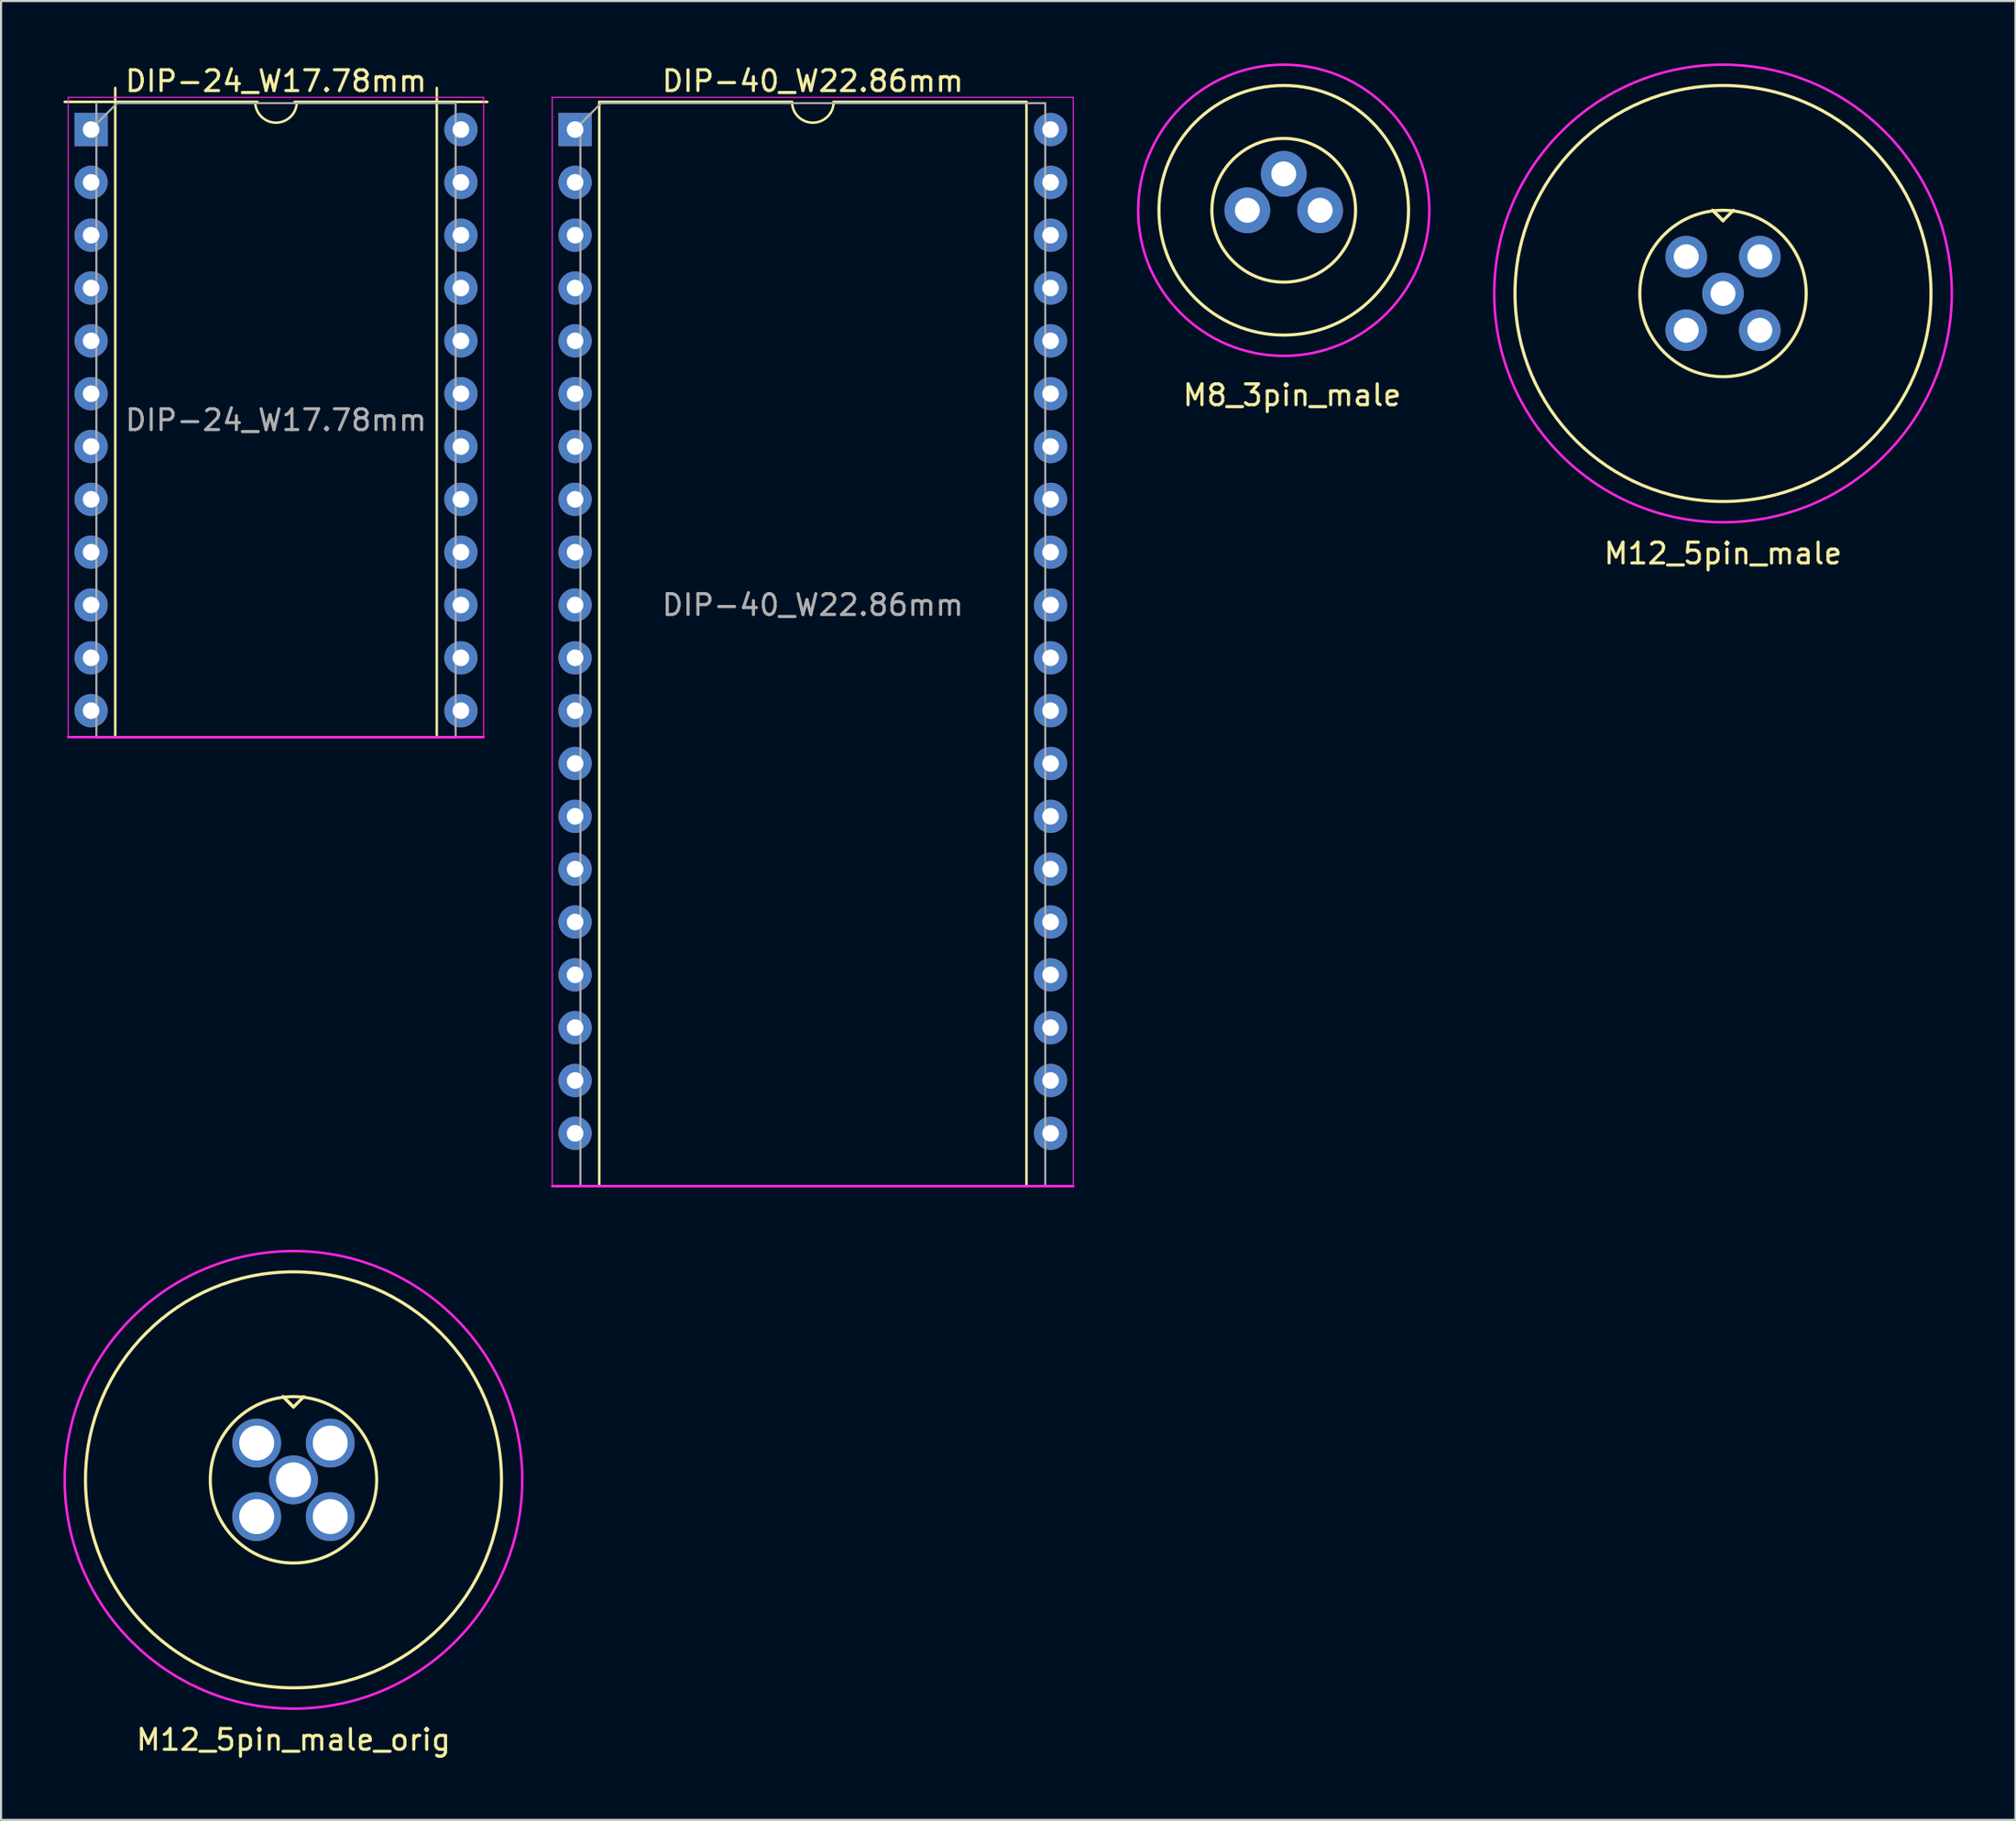
<source format=kicad_pcb>
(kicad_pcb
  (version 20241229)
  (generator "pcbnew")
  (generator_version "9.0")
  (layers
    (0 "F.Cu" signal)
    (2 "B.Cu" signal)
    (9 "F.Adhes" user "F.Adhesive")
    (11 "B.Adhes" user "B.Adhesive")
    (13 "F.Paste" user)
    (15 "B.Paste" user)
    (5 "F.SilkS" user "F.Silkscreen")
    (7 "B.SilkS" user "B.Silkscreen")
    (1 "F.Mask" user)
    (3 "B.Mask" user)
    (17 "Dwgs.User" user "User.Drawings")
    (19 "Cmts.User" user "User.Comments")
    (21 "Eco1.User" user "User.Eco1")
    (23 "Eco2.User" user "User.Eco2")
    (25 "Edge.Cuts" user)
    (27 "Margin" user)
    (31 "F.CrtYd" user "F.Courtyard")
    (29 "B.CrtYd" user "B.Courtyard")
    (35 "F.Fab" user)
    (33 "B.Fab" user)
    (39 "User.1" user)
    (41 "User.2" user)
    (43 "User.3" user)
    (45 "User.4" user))
  (footprint "M12_5pin_male"
    (layer "F.Cu")
    (at 79.79 11.06)
    (property "Reference" "M12_5pin_male" (at 0 12.5 0) (layer "F.SilkS") (effects (font (size 1 1) (thickness 0.15))))
    (attr through_hole)
    (fp_line (start -0.5 -4) (end 0 -3.5) (stroke (width 0.15) (type solid)) (layer "F.SilkS"))
    (fp_line (start 0 -3.5) (end -0.5 -4) (stroke (width 0.15) (type solid)) (layer "F.SilkS"))
    (fp_line (start 0 -3.5) (end 0.5 -4) (stroke (width 0.15) (type solid)) (layer "F.SilkS"))
    (fp_circle (center 0 0) (end 4 0) (stroke (width 0.15) (type solid)) (fill no) (layer "F.SilkS"))
    (fp_circle (center 0 0) (end 10 0) (stroke (width 0.15) (type solid)) (fill no) (layer "F.SilkS"))
    (fp_circle (center 0 0) (end 11 0) (stroke (width 0.12) (type solid)) (fill no) (layer "F.CrtYd"))
    (pad "1" thru_hole circle (at 1.768 -1.768 180) (size 2 2) (drill 1.2) (layers "*.Cu" "*.Mask"))
    (pad "2" thru_hole circle (at -1.768 -1.768) (size 2 2) (drill 1.2) (layers "*.Cu" "*.Mask"))
    (pad "3" thru_hole circle (at -1.768 1.768) (size 2 2) (drill 1.2) (layers "*.Cu" "*.Mask"))
    (pad "4" thru_hole circle (at 1.768 1.768) (size 2 2) (drill 1.2) (layers "*.Cu" "*.Mask"))
    (pad "5" thru_hole circle (at 0 0) (size 2 2) (drill 1.2) (layers "*.Cu" "*.Mask")))
  (footprint "DIP-40_W22.86mm"
    (layer "F.Cu")
    (at 24.6 3.178)
    (property "Reference" "DIP-40_W22.86mm" (at 11.43 -2.33 0) (layer "F.SilkS") (effects (font (size 1 1) (thickness 0.15))))
    (attr through_hole)
    (fp_line (start 1.16 -1.33) (end 1.16 50.8) (stroke (width 0.12) (type solid)) (layer "F.SilkS"))
    (fp_line (start 10.43 -1.33) (end 1.16 -1.33) (stroke (width 0.12) (type solid)) (layer "F.SilkS"))
    (fp_line (start 21.7 -1.33) (end 12.43 -1.33) (stroke (width 0.12) (type solid)) (layer "F.SilkS"))
    (fp_line (start 21.7 50.8) (end 21.7 -1.33) (stroke (width 0.12) (type solid)) (layer "F.SilkS"))
    (fp_arc (start 12.43 -1.33) (mid 11.43 -0.33) (end 10.43 -1.33) (stroke (width 0.12) (type solid)) (layer "F.SilkS"))
    (fp_line (start -1.1 -1.55) (end -1.1 50.8) (stroke (width 0.05) (type solid)) (layer "F.CrtYd"))
    (fp_line (start -1.1 50.8) (end 23.95 50.8) (stroke (width 0.12) (type solid)) (layer "F.CrtYd"))
    (fp_line (start 23.95 -1.55) (end -1.1 -1.55) (stroke (width 0.05) (type solid)) (layer "F.CrtYd"))
    (fp_line (start 23.95 50.8) (end 23.95 -1.55) (stroke (width 0.05) (type solid)) (layer "F.CrtYd"))
    (fp_line (start 0.255 -0.27) (end 1.255 -1.27) (stroke (width 0.1) (type solid)) (layer "F.Fab"))
    (fp_line (start 0.255 50.8) (end 0.255 -0.27) (stroke (width 0.1) (type solid)) (layer "F.Fab"))
    (fp_line (start 1.255 -1.27) (end 22.605 -1.27) (stroke (width 0.1) (type solid)) (layer "F.Fab"))
    (fp_line (start 1.27 50.8) (end 21.59 50.8) (stroke (width 0.12) (type solid)) (layer "F.Fab"))
    (fp_line (start 22.605 -1.27) (end 22.605 50.8) (stroke (width 0.1) (type solid)) (layer "F.Fab"))
    (fp_line (start 22.86 50.8) (end 0.255 50.8) (stroke (width 0.12) (type solid)) (layer "F.Fab"))
    (fp_text user "${REFERENCE}" (at 11.43 22.86 0) (layer "F.Fab") (effects (font (size 1 1) (thickness 0.15))))
    (pad "1" thru_hole rect (at 0 0) (size 1.6 1.6) (drill 0.8) (layers "*.Cu" "*.Mask"))
    (pad "2" thru_hole oval (at 0 2.54) (size 1.6 1.6) (drill 0.8) (layers "*.Cu" "*.Mask"))
    (pad "3" thru_hole oval (at 0 5.08) (size 1.6 1.6) (drill 0.8) (layers "*.Cu" "*.Mask"))
    (pad "4" thru_hole oval (at 0 7.62) (size 1.6 1.6) (drill 0.8) (layers "*.Cu" "*.Mask"))
    (pad "5" thru_hole oval (at 0 10.16) (size 1.6 1.6) (drill 0.8) (layers "*.Cu" "*.Mask"))
    (pad "6" thru_hole oval (at 0 12.7) (size 1.6 1.6) (drill 0.8) (layers "*.Cu" "*.Mask"))
    (pad "7" thru_hole oval (at 0 15.24) (size 1.6 1.6) (drill 0.8) (layers "*.Cu" "*.Mask"))
    (pad "8" thru_hole oval (at 0 17.78) (size 1.6 1.6) (drill 0.8) (layers "*.Cu" "*.Mask"))
    (pad "9" thru_hole oval (at 0 20.32) (size 1.6 1.6) (drill 0.8) (layers "*.Cu" "*.Mask"))
    (pad "10" thru_hole oval (at 0 22.86) (size 1.6 1.6) (drill 0.8) (layers "*.Cu" "*.Mask"))
    (pad "11" thru_hole oval (at 0 25.4) (size 1.6 1.6) (drill 0.8) (layers "*.Cu" "*.Mask"))
    (pad "12" thru_hole oval (at 0 27.94) (size 1.6 1.6) (drill 0.8) (layers "*.Cu" "*.Mask"))
    (pad "13" thru_hole oval (at 0 30.48) (size 1.6 1.6) (drill 0.8) (layers "*.Cu" "*.Mask"))
    (pad "14" thru_hole oval (at 0 33.02) (size 1.6 1.6) (drill 0.8) (layers "*.Cu" "*.Mask"))
    (pad "15" thru_hole oval (at 0 35.56) (size 1.6 1.6) (drill 0.8) (layers "*.Cu" "*.Mask"))
    (pad "16" thru_hole oval (at 0 38.1) (size 1.6 1.6) (drill 0.8) (layers "*.Cu" "*.Mask"))
    (pad "17" thru_hole oval (at 0 40.64) (size 1.6 1.6) (drill 0.8) (layers "*.Cu" "*.Mask"))
    (pad "18" thru_hole oval (at 0 43.18) (size 1.6 1.6) (drill 0.8) (layers "*.Cu" "*.Mask"))
    (pad "19" thru_hole oval (at 0 45.72) (size 1.6 1.6) (drill 0.8) (layers "*.Cu" "*.Mask"))
    (pad "20" thru_hole oval (at 0 48.26) (size 1.6 1.6) (drill 0.8) (layers "*.Cu" "*.Mask"))
    (pad "21" thru_hole oval (at 22.86 48.26) (size 1.6 1.6) (drill 0.8) (layers "*.Cu" "*.Mask"))
    (pad "22" thru_hole oval (at 22.86 45.72) (size 1.6 1.6) (drill 0.8) (layers "*.Cu" "*.Mask"))
    (pad "23" thru_hole oval (at 22.86 43.18) (size 1.6 1.6) (drill 0.8) (layers "*.Cu" "*.Mask"))
    (pad "24" thru_hole oval (at 22.86 40.64) (size 1.6 1.6) (drill 0.8) (layers "*.Cu" "*.Mask"))
    (pad "25" thru_hole oval (at 22.86 38.1) (size 1.6 1.6) (drill 0.8) (layers "*.Cu" "*.Mask"))
    (pad "26" thru_hole oval (at 22.86 35.56) (size 1.6 1.6) (drill 0.8) (layers "*.Cu" "*.Mask"))
    (pad "27" thru_hole oval (at 22.86 33.02) (size 1.6 1.6) (drill 0.8) (layers "*.Cu" "*.Mask"))
    (pad "28" thru_hole oval (at 22.86 30.48) (size 1.6 1.6) (drill 0.8) (layers "*.Cu" "*.Mask"))
    (pad "29" thru_hole oval (at 22.86 27.94) (size 1.6 1.6) (drill 0.8) (layers "*.Cu" "*.Mask"))
    (pad "30" thru_hole oval (at 22.86 25.4) (size 1.6 1.6) (drill 0.8) (layers "*.Cu" "*.Mask"))
    (pad "31" thru_hole oval (at 22.86 22.86) (size 1.6 1.6) (drill 0.8) (layers "*.Cu" "*.Mask"))
    (pad "32" thru_hole oval (at 22.86 20.32) (size 1.6 1.6) (drill 0.8) (layers "*.Cu" "*.Mask"))
    (pad "33" thru_hole oval (at 22.86 17.78) (size 1.6 1.6) (drill 0.8) (layers "*.Cu" "*.Mask"))
    (pad "34" thru_hole oval (at 22.86 15.24) (size 1.6 1.6) (drill 0.8) (layers "*.Cu" "*.Mask"))
    (pad "35" thru_hole oval (at 22.86 12.7) (size 1.6 1.6) (drill 0.8) (layers "*.Cu" "*.Mask"))
    (pad "36" thru_hole oval (at 22.86 10.16) (size 1.6 1.6) (drill 0.8) (layers "*.Cu" "*.Mask"))
    (pad "37" thru_hole oval (at 22.86 7.62) (size 1.6 1.6) (drill 0.8) (layers "*.Cu" "*.Mask"))
    (pad "38" thru_hole oval (at 22.86 5.08) (size 1.6 1.6) (drill 0.8) (layers "*.Cu" "*.Mask"))
    (pad "39" thru_hole oval (at 22.86 2.54) (size 1.6 1.6) (drill 0.8) (layers "*.Cu" "*.Mask"))
    (pad "40" thru_hole oval (at 22.86 0) (size 1.6 1.6) (drill 0.8) (layers "*.Cu" "*.Mask")))
  (footprint "M8_3pin_male"
    (layer "F.Cu")
    (at 58.67 5.31)
    (property "Reference" "M8_3pin_male" (at 0.4 10.64 0) (layer "F.SilkS") (effects (font (size 1 1) (thickness 0.15))))
    (attr through_hole)
    (fp_circle (center 0 1.75) (end 3.454 1.75) (stroke (width 0.15) (type solid)) (fill no) (layer "F.SilkS"))
    (fp_circle (center 0 1.75) (end 6 1.75) (stroke (width 0.15) (type solid)) (fill no) (layer "F.SilkS"))
    (fp_circle (center 0 1.75) (end 7 1.75) (stroke (width 0.12) (type solid)) (fill no) (layer "F.CrtYd"))
    (pad "1" thru_hole circle (at -1.75 1.75 180) (size 2.2 2.2) (drill 1.2) (layers "*.Cu" "*.Mask"))
    (pad "3" thru_hole circle (at 1.75 1.75 180) (size 2.2 2.2) (drill 1.2) (layers "*.Cu" "*.Mask"))
    (pad "4" thru_hole circle (at 0 0 180) (size 2.2 2.2) (drill 1.2) (layers "*.Cu" "*.Mask")))
  (footprint "M12_5pin_male_orig"
    (layer "F.Cu")
    (at 11.06 68.098)
    (property "Reference" "M12_5pin_male_orig" (at 0 12.5 0) (layer "F.SilkS") (effects (font (size 1 1) (thickness 0.15))))
    (attr through_hole)
    (fp_line (start -0.5 -4) (end 0 -3.5) (stroke (width 0.15) (type solid)) (layer "F.SilkS"))
    (fp_line (start 0 -3.5) (end -0.5 -4) (stroke (width 0.15) (type solid)) (layer "F.SilkS"))
    (fp_line (start 0 -3.5) (end 0.5 -4) (stroke (width 0.15) (type solid)) (layer "F.SilkS"))
    (fp_circle (center 0 0) (end 4 0) (stroke (width 0.15) (type solid)) (fill no) (layer "F.SilkS"))
    (fp_circle (center 0 0) (end 10 0) (stroke (width 0.15) (type solid)) (fill no) (layer "F.SilkS"))
    (fp_circle (center 0 0) (end 11 0) (stroke (width 0.12) (type solid)) (fill no) (layer "F.CrtYd"))
    (pad "1" thru_hole circle (at 1.768 -1.768 180) (size 2.348 2.348) (drill 1.68) (layers "*.Cu" "*.Mask"))
    (pad "2" thru_hole circle (at -1.768 -1.768) (size 2.348 2.348) (drill 1.68) (layers "*.Cu" "*.Mask"))
    (pad "3" thru_hole circle (at -1.768 1.768) (size 2.348 2.348) (drill 1.68) (layers "*.Cu" "*.Mask"))
    (pad "4" thru_hole circle (at 1.768 1.768) (size 2.348 2.348) (drill 1.68) (layers "*.Cu" "*.Mask"))
    (pad "5" thru_hole circle (at 0 0) (size 2.348 2.348) (drill 1.68) (layers "*.Cu" "*.Mask")))
  (footprint "DIP-24_W17.78mm"
    (layer "F.Cu")
    (at 1.33 3.178)
    (property "Reference" "DIP-24_W17.78mm" (at 8.89 -2.33 0) (layer "F.SilkS") (effects (font (size 1 1) (thickness 0.15))))
    (attr through_hole)
    (fp_line (start 1.16 -2) (end 1.16 29.21) (stroke (width 0.12) (type solid)) (layer "F.SilkS"))
    (fp_line (start 1.27 29.21) (end 16.51 29.21) (stroke (width 0.12) (type solid)) (layer "F.SilkS"))
    (fp_line (start 8 -1.33) (end -1.27 -1.33) (stroke (width 0.12) (type solid)) (layer "F.SilkS"))
    (fp_line (start 16.62 29.21) (end 16.62 -2) (stroke (width 0.12) (type solid)) (layer "F.SilkS"))
    (fp_line (start 19.05 -1.33) (end 9.78 -1.33) (stroke (width 0.12) (type solid)) (layer "F.SilkS"))
    (fp_arc (start 9.89 -1.33) (mid 8.89 -0.33) (end 7.89 -1.33) (stroke (width 0.12) (type solid)) (layer "F.SilkS"))
    (fp_line (start -1.1 -1.55) (end -1.1 29.21) (stroke (width 0.05) (type solid)) (layer "F.CrtYd"))
    (fp_line (start -1.1 29.21) (end 18.87 29.21) (stroke (width 0.12) (type solid)) (layer "F.CrtYd"))
    (fp_line (start 18.87 -1.55) (end -1.1 -1.55) (stroke (width 0.05) (type solid)) (layer "F.CrtYd"))
    (fp_line (start 18.87 29.21) (end 18.87 -1.55) (stroke (width 0.05) (type solid)) (layer "F.CrtYd"))
    (fp_line (start 0.255 -0.27) (end 1.255 -1.27) (stroke (width 0.1) (type solid)) (layer "F.Fab"))
    (fp_line (start 0.255 29.21) (end 0.255 -1.27) (stroke (width 0.1) (type solid)) (layer "F.Fab"))
    (fp_line (start 1.255 -1.27) (end 17.525 -1.27) (stroke (width 0.1) (type solid)) (layer "F.Fab"))
    (fp_line (start 17.525 -1.27) (end 17.525 29.21) (stroke (width 0.1) (type solid)) (layer "F.Fab"))
    (fp_line (start 17.525 29.21) (end 0.255 29.21) (stroke (width 0.12) (type solid)) (layer "F.Fab"))
    (fp_text user "${REFERENCE}" (at 8.89 13.97 0) (layer "F.Fab") (effects (font (size 1 1) (thickness 0.15))))
    (pad "1" thru_hole rect (at 0 0) (size 1.6 1.6) (drill 0.8) (layers "*.Cu" "*.Mask"))
    (pad "2" thru_hole oval (at 0 2.54) (size 1.6 1.6) (drill 0.8) (layers "*.Cu" "*.Mask"))
    (pad "3" thru_hole oval (at 0 5.08) (size 1.6 1.6) (drill 0.8) (layers "*.Cu" "*.Mask"))
    (pad "4" thru_hole oval (at 0 7.62) (size 1.6 1.6) (drill 0.8) (layers "*.Cu" "*.Mask"))
    (pad "5" thru_hole oval (at 0 10.16) (size 1.6 1.6) (drill 0.8) (layers "*.Cu" "*.Mask"))
    (pad "6" thru_hole oval (at 0 12.7) (size 1.6 1.6) (drill 0.8) (layers "*.Cu" "*.Mask"))
    (pad "7" thru_hole oval (at 0 15.24) (size 1.6 1.6) (drill 0.8) (layers "*.Cu" "*.Mask"))
    (pad "8" thru_hole oval (at 0 17.78) (size 1.6 1.6) (drill 0.8) (layers "*.Cu" "*.Mask"))
    (pad "9" thru_hole oval (at 0 20.32) (size 1.6 1.6) (drill 0.8) (layers "*.Cu" "*.Mask"))
    (pad "10" thru_hole oval (at 0 22.86) (size 1.6 1.6) (drill 0.8) (layers "*.Cu" "*.Mask"))
    (pad "11" thru_hole oval (at 0 25.4) (size 1.6 1.6) (drill 0.8) (layers "*.Cu" "*.Mask"))
    (pad "12" thru_hole oval (at 0 27.94) (size 1.6 1.6) (drill 0.8) (layers "*.Cu" "*.Mask"))
    (pad "13" thru_hole oval (at 17.78 27.94) (size 1.6 1.6) (drill 0.8) (layers "*.Cu" "*.Mask"))
    (pad "14" thru_hole oval (at 17.78 25.4) (size 1.6 1.6) (drill 0.8) (layers "*.Cu" "*.Mask"))
    (pad "15" thru_hole oval (at 17.78 22.86) (size 1.6 1.6) (drill 0.8) (layers "*.Cu" "*.Mask"))
    (pad "16" thru_hole oval (at 17.78 20.32) (size 1.6 1.6) (drill 0.8) (layers "*.Cu" "*.Mask"))
    (pad "17" thru_hole oval (at 17.78 17.78) (size 1.6 1.6) (drill 0.8) (layers "*.Cu" "*.Mask"))
    (pad "18" thru_hole oval (at 17.78 15.24) (size 1.6 1.6) (drill 0.8) (layers "*.Cu" "*.Mask"))
    (pad "19" thru_hole oval (at 17.78 12.7) (size 1.6 1.6) (drill 0.8) (layers "*.Cu" "*.Mask"))
    (pad "20" thru_hole oval (at 17.78 10.16) (size 1.6 1.6) (drill 0.8) (layers "*.Cu" "*.Mask"))
    (pad "21" thru_hole oval (at 17.78 7.62) (size 1.6 1.6) (drill 0.8) (layers "*.Cu" "*.Mask"))
    (pad "22" thru_hole oval (at 17.78 5.08) (size 1.6 1.6) (drill 0.8) (layers "*.Cu" "*.Mask"))
    (pad "23" thru_hole oval (at 17.78 2.54) (size 1.6 1.6) (drill 0.8) (layers "*.Cu" "*.Mask"))
    (pad "24" thru_hole oval (at 17.78 0) (size 1.6 1.6) (drill 0.8) (layers "*.Cu" "*.Mask")))
  (gr_rect
    (start -3 -3)
    (end 93.85 84.447)
    (stroke (width 0.1) (type default))
    (fill no)
    (layer "Edge.Cuts")))
</source>
